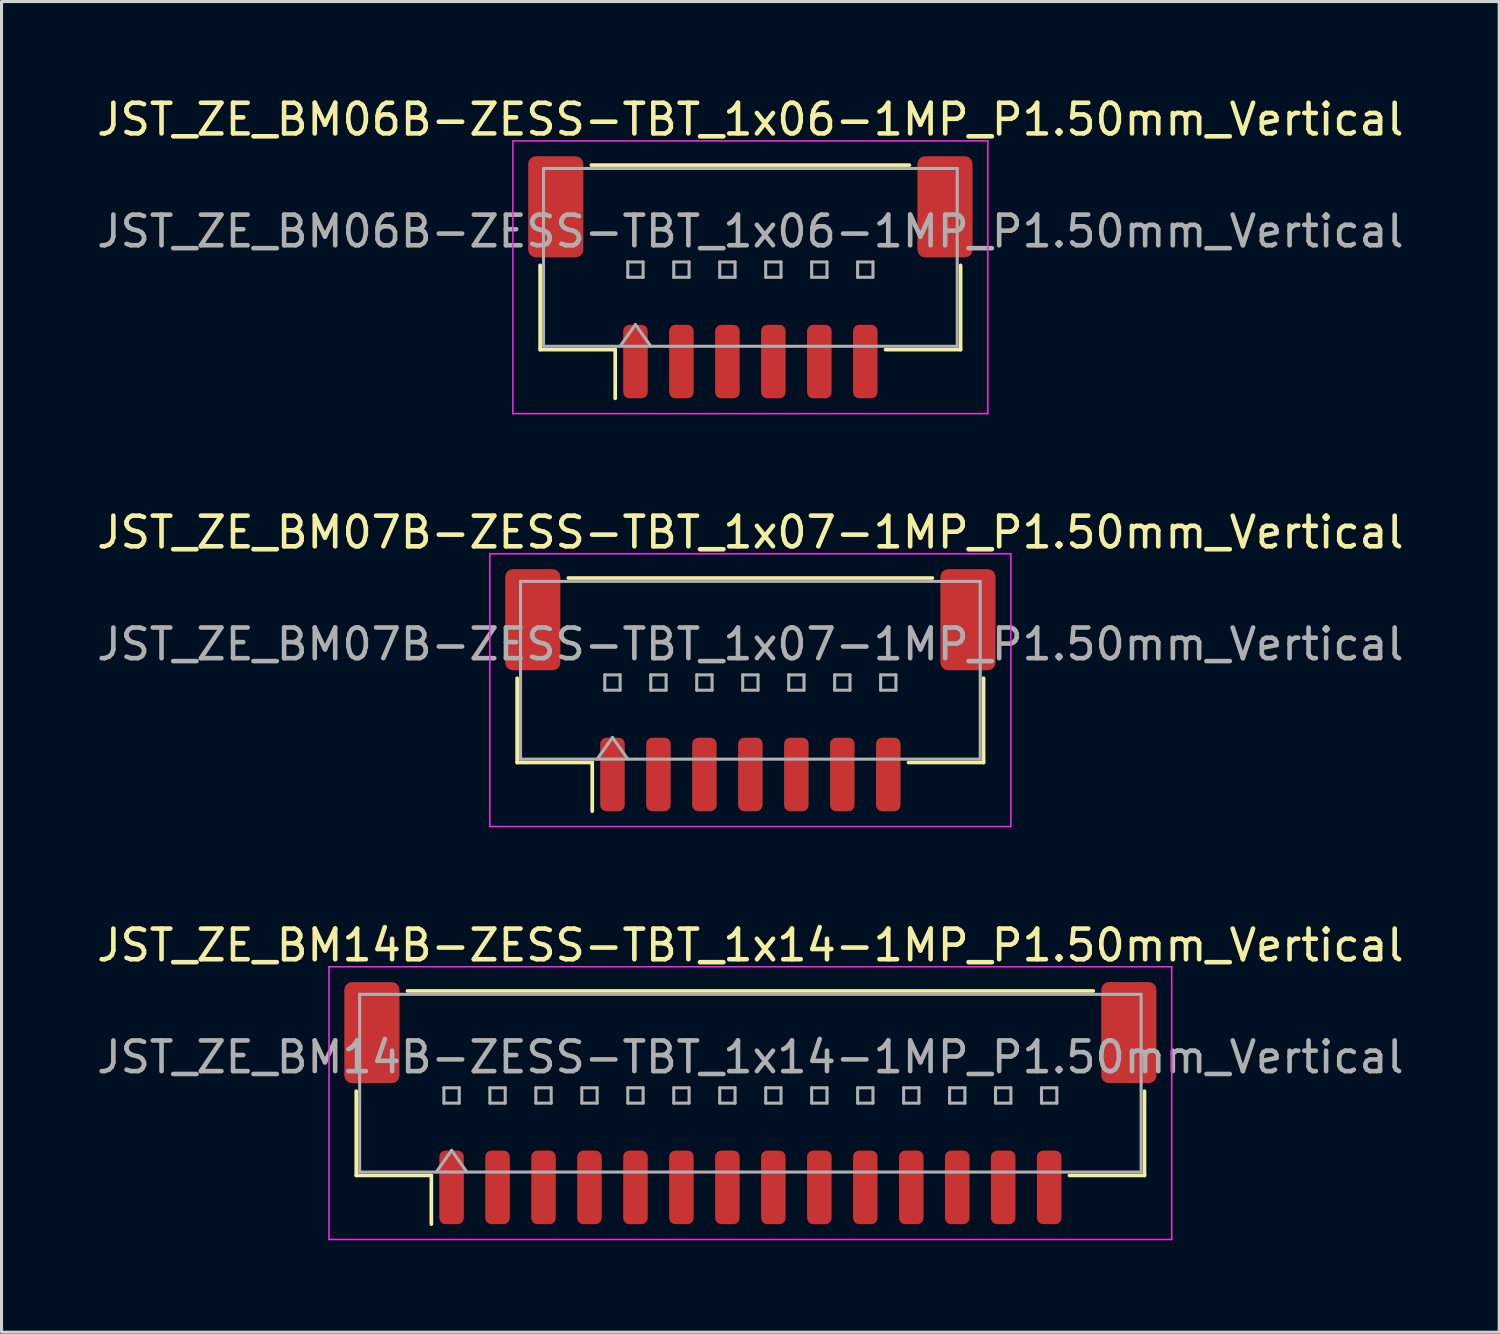
<source format=kicad_pcb>
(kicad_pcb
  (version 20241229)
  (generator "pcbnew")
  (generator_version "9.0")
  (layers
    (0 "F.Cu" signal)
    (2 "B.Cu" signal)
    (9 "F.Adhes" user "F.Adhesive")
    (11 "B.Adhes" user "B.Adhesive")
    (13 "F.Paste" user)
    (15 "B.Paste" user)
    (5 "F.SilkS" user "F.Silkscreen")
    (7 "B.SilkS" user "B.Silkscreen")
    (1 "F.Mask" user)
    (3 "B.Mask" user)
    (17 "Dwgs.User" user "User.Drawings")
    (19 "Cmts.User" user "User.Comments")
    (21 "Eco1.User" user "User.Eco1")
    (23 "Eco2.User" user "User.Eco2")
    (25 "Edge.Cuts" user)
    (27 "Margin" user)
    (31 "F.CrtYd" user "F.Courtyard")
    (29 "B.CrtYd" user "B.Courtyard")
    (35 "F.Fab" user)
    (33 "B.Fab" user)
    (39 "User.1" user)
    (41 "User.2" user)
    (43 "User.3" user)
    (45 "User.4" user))
  (footprint "JST_ZE_BM07B-ZESS-TBT_1x07-1MP_P1.50mm_Vertical"
    (layer "F.Cu")
    (at 21.435 19.471)
    (property "Reference" "JST_ZE_BM07B-ZESS-TBT_1x07-1MP_P1.50mm_Vertical" (at 0 -5.15 0) (layer "F.SilkS") (effects (font (size 1 1) (thickness 0.15))))
    (attr smd)
    (fp_line (start -7.61 -0.39) (end -7.61 2.36) (stroke (width 0.12) (type solid)) (layer "F.SilkS"))
    (fp_line (start -7.61 2.36) (end -5.16 2.36) (stroke (width 0.12) (type solid)) (layer "F.SilkS"))
    (fp_line (start -5.94 -3.66) (end 5.94 -3.66) (stroke (width 0.12) (type solid)) (layer "F.SilkS"))
    (fp_line (start -5.16 2.36) (end -5.16 3.95) (stroke (width 0.12) (type solid)) (layer "F.SilkS"))
    (fp_line (start 7.61 -0.39) (end 7.61 2.36) (stroke (width 0.12) (type solid)) (layer "F.SilkS"))
    (fp_line (start 7.61 2.36) (end 5.16 2.36) (stroke (width 0.12) (type solid)) (layer "F.SilkS"))
    (fp_line (start -8.5 -4.45) (end -8.5 4.45) (stroke (width 0.05) (type solid)) (layer "F.CrtYd"))
    (fp_line (start -8.5 4.45) (end 8.5 4.45) (stroke (width 0.05) (type solid)) (layer "F.CrtYd"))
    (fp_line (start 8.5 -4.45) (end -8.5 -4.45) (stroke (width 0.05) (type solid)) (layer "F.CrtYd"))
    (fp_line (start 8.5 4.45) (end 8.5 -4.45) (stroke (width 0.05) (type solid)) (layer "F.CrtYd"))
    (fp_line (start -7.5 -3.55) (end 7.5 -3.55) (stroke (width 0.1) (type solid)) (layer "F.Fab"))
    (fp_line (start -7.5 2.25) (end -7.5 -3.55) (stroke (width 0.1) (type solid)) (layer "F.Fab"))
    (fp_line (start -7.5 2.25) (end 7.5 2.25) (stroke (width 0.1) (type solid)) (layer "F.Fab"))
    (fp_line (start -5 2.25) (end -4.5 1.543) (stroke (width 0.1) (type solid)) (layer "F.Fab"))
    (fp_line (start -4.75 -0.5) (end -4.75 0) (stroke (width 0.1) (type solid)) (layer "F.Fab"))
    (fp_line (start -4.75 0) (end -4.25 0) (stroke (width 0.1) (type solid)) (layer "F.Fab"))
    (fp_line (start -4.5 1.543) (end -4 2.25) (stroke (width 0.1) (type solid)) (layer "F.Fab"))
    (fp_line (start -4.25 -0.5) (end -4.75 -0.5) (stroke (width 0.1) (type solid)) (layer "F.Fab"))
    (fp_line (start -4.25 0) (end -4.25 -0.5) (stroke (width 0.1) (type solid)) (layer "F.Fab"))
    (fp_line (start -3.25 -0.5) (end -3.25 0) (stroke (width 0.1) (type solid)) (layer "F.Fab"))
    (fp_line (start -3.25 0) (end -2.75 0) (stroke (width 0.1) (type solid)) (layer "F.Fab"))
    (fp_line (start -2.75 -0.5) (end -3.25 -0.5) (stroke (width 0.1) (type solid)) (layer "F.Fab"))
    (fp_line (start -2.75 0) (end -2.75 -0.5) (stroke (width 0.1) (type solid)) (layer "F.Fab"))
    (fp_line (start -1.75 -0.5) (end -1.75 0) (stroke (width 0.1) (type solid)) (layer "F.Fab"))
    (fp_line (start -1.75 0) (end -1.25 0) (stroke (width 0.1) (type solid)) (layer "F.Fab"))
    (fp_line (start -1.25 -0.5) (end -1.75 -0.5) (stroke (width 0.1) (type solid)) (layer "F.Fab"))
    (fp_line (start -1.25 0) (end -1.25 -0.5) (stroke (width 0.1) (type solid)) (layer "F.Fab"))
    (fp_line (start -0.25 -0.5) (end -0.25 0) (stroke (width 0.1) (type solid)) (layer "F.Fab"))
    (fp_line (start -0.25 0) (end 0.25 0) (stroke (width 0.1) (type solid)) (layer "F.Fab"))
    (fp_line (start 0.25 -0.5) (end -0.25 -0.5) (stroke (width 0.1) (type solid)) (layer "F.Fab"))
    (fp_line (start 0.25 0) (end 0.25 -0.5) (stroke (width 0.1) (type solid)) (layer "F.Fab"))
    (fp_line (start 1.25 -0.5) (end 1.25 0) (stroke (width 0.1) (type solid)) (layer "F.Fab"))
    (fp_line (start 1.25 0) (end 1.75 0) (stroke (width 0.1) (type solid)) (layer "F.Fab"))
    (fp_line (start 1.75 -0.5) (end 1.25 -0.5) (stroke (width 0.1) (type solid)) (layer "F.Fab"))
    (fp_line (start 1.75 0) (end 1.75 -0.5) (stroke (width 0.1) (type solid)) (layer "F.Fab"))
    (fp_line (start 2.75 -0.5) (end 2.75 0) (stroke (width 0.1) (type solid)) (layer "F.Fab"))
    (fp_line (start 2.75 0) (end 3.25 0) (stroke (width 0.1) (type solid)) (layer "F.Fab"))
    (fp_line (start 3.25 -0.5) (end 2.75 -0.5) (stroke (width 0.1) (type solid)) (layer "F.Fab"))
    (fp_line (start 3.25 0) (end 3.25 -0.5) (stroke (width 0.1) (type solid)) (layer "F.Fab"))
    (fp_line (start 4.25 -0.5) (end 4.25 0) (stroke (width 0.1) (type solid)) (layer "F.Fab"))
    (fp_line (start 4.25 0) (end 4.75 0) (stroke (width 0.1) (type solid)) (layer "F.Fab"))
    (fp_line (start 4.75 -0.5) (end 4.25 -0.5) (stroke (width 0.1) (type solid)) (layer "F.Fab"))
    (fp_line (start 4.75 0) (end 4.75 -0.5) (stroke (width 0.1) (type solid)) (layer "F.Fab"))
    (fp_line (start 7.5 2.25) (end 7.5 -3.55) (stroke (width 0.1) (type solid)) (layer "F.Fab"))
    (fp_text user "${REFERENCE}" (at 0 -1.5 0) (layer "F.Fab") (effects (font (size 1 1) (thickness 0.15))))
    (pad "1" smd roundrect (at -4.5 2.75) (size 0.8 2.4) (layers "F.Cu" "F.Mask" "F.Paste") (roundrect_rratio 0.25))
    (pad "2" smd roundrect (at -3 2.75) (size 0.8 2.4) (layers "F.Cu" "F.Mask" "F.Paste") (roundrect_rratio 0.25))
    (pad "3" smd roundrect (at -1.5 2.75) (size 0.8 2.4) (layers "F.Cu" "F.Mask" "F.Paste") (roundrect_rratio 0.25))
    (pad "4" smd roundrect (at 0 2.75) (size 0.8 2.4) (layers "F.Cu" "F.Mask" "F.Paste") (roundrect_rratio 0.25))
    (pad "5" smd roundrect (at 1.5 2.75) (size 0.8 2.4) (layers "F.Cu" "F.Mask" "F.Paste") (roundrect_rratio 0.25))
    (pad "6" smd roundrect (at 3 2.75) (size 0.8 2.4) (layers "F.Cu" "F.Mask" "F.Paste") (roundrect_rratio 0.25))
    (pad "7" smd roundrect (at 4.5 2.75) (size 0.8 2.4) (layers "F.Cu" "F.Mask" "F.Paste") (roundrect_rratio 0.25))
    (pad "MP" smd roundrect (at -7.1 -2.3) (size 1.8 3.3) (layers "F.Cu" "F.Mask" "F.Paste") (roundrect_rratio 0.139))
    (pad "MP" smd roundrect (at 7.1 -2.3) (size 1.8 3.3) (layers "F.Cu" "F.Mask" "F.Paste") (roundrect_rratio 0.139)))
  (footprint "JST_ZE_BM06B-ZESS-TBT_1x06-1MP_P1.50mm_Vertical"
    (layer "F.Cu")
    (at 21.435 5.998)
    (property "Reference" "JST_ZE_BM06B-ZESS-TBT_1x06-1MP_P1.50mm_Vertical" (at 0 -5.15 0) (layer "F.SilkS") (effects (font (size 1 1) (thickness 0.15))))
    (attr smd)
    (fp_line (start -6.86 -0.39) (end -6.86 2.36) (stroke (width 0.12) (type solid)) (layer "F.SilkS"))
    (fp_line (start -6.86 2.36) (end -4.41 2.36) (stroke (width 0.12) (type solid)) (layer "F.SilkS"))
    (fp_line (start -5.19 -3.66) (end 5.19 -3.66) (stroke (width 0.12) (type solid)) (layer "F.SilkS"))
    (fp_line (start -4.41 2.36) (end -4.41 3.95) (stroke (width 0.12) (type solid)) (layer "F.SilkS"))
    (fp_line (start 6.86 -0.39) (end 6.86 2.36) (stroke (width 0.12) (type solid)) (layer "F.SilkS"))
    (fp_line (start 6.86 2.36) (end 4.41 2.36) (stroke (width 0.12) (type solid)) (layer "F.SilkS"))
    (fp_line (start -7.75 -4.45) (end -7.75 4.45) (stroke (width 0.05) (type solid)) (layer "F.CrtYd"))
    (fp_line (start -7.75 4.45) (end 7.75 4.45) (stroke (width 0.05) (type solid)) (layer "F.CrtYd"))
    (fp_line (start 7.75 -4.45) (end -7.75 -4.45) (stroke (width 0.05) (type solid)) (layer "F.CrtYd"))
    (fp_line (start 7.75 4.45) (end 7.75 -4.45) (stroke (width 0.05) (type solid)) (layer "F.CrtYd"))
    (fp_line (start -6.75 -3.55) (end 6.75 -3.55) (stroke (width 0.1) (type solid)) (layer "F.Fab"))
    (fp_line (start -6.75 2.25) (end -6.75 -3.55) (stroke (width 0.1) (type solid)) (layer "F.Fab"))
    (fp_line (start -6.75 2.25) (end 6.75 2.25) (stroke (width 0.1) (type solid)) (layer "F.Fab"))
    (fp_line (start -4.25 2.25) (end -3.75 1.543) (stroke (width 0.1) (type solid)) (layer "F.Fab"))
    (fp_line (start -4 -0.5) (end -4 0) (stroke (width 0.1) (type solid)) (layer "F.Fab"))
    (fp_line (start -4 0) (end -3.5 0) (stroke (width 0.1) (type solid)) (layer "F.Fab"))
    (fp_line (start -3.75 1.543) (end -3.25 2.25) (stroke (width 0.1) (type solid)) (layer "F.Fab"))
    (fp_line (start -3.5 -0.5) (end -4 -0.5) (stroke (width 0.1) (type solid)) (layer "F.Fab"))
    (fp_line (start -3.5 0) (end -3.5 -0.5) (stroke (width 0.1) (type solid)) (layer "F.Fab"))
    (fp_line (start -2.5 -0.5) (end -2.5 0) (stroke (width 0.1) (type solid)) (layer "F.Fab"))
    (fp_line (start -2.5 0) (end -2 0) (stroke (width 0.1) (type solid)) (layer "F.Fab"))
    (fp_line (start -2 -0.5) (end -2.5 -0.5) (stroke (width 0.1) (type solid)) (layer "F.Fab"))
    (fp_line (start -2 0) (end -2 -0.5) (stroke (width 0.1) (type solid)) (layer "F.Fab"))
    (fp_line (start -1 -0.5) (end -1 0) (stroke (width 0.1) (type solid)) (layer "F.Fab"))
    (fp_line (start -1 0) (end -0.5 0) (stroke (width 0.1) (type solid)) (layer "F.Fab"))
    (fp_line (start -0.5 -0.5) (end -1 -0.5) (stroke (width 0.1) (type solid)) (layer "F.Fab"))
    (fp_line (start -0.5 0) (end -0.5 -0.5) (stroke (width 0.1) (type solid)) (layer "F.Fab"))
    (fp_line (start 0.5 -0.5) (end 0.5 0) (stroke (width 0.1) (type solid)) (layer "F.Fab"))
    (fp_line (start 0.5 0) (end 1 0) (stroke (width 0.1) (type solid)) (layer "F.Fab"))
    (fp_line (start 1 -0.5) (end 0.5 -0.5) (stroke (width 0.1) (type solid)) (layer "F.Fab"))
    (fp_line (start 1 0) (end 1 -0.5) (stroke (width 0.1) (type solid)) (layer "F.Fab"))
    (fp_line (start 2 -0.5) (end 2 0) (stroke (width 0.1) (type solid)) (layer "F.Fab"))
    (fp_line (start 2 0) (end 2.5 0) (stroke (width 0.1) (type solid)) (layer "F.Fab"))
    (fp_line (start 2.5 -0.5) (end 2 -0.5) (stroke (width 0.1) (type solid)) (layer "F.Fab"))
    (fp_line (start 2.5 0) (end 2.5 -0.5) (stroke (width 0.1) (type solid)) (layer "F.Fab"))
    (fp_line (start 3.5 -0.5) (end 3.5 0) (stroke (width 0.1) (type solid)) (layer "F.Fab"))
    (fp_line (start 3.5 0) (end 4 0) (stroke (width 0.1) (type solid)) (layer "F.Fab"))
    (fp_line (start 4 -0.5) (end 3.5 -0.5) (stroke (width 0.1) (type solid)) (layer "F.Fab"))
    (fp_line (start 4 0) (end 4 -0.5) (stroke (width 0.1) (type solid)) (layer "F.Fab"))
    (fp_line (start 6.75 2.25) (end 6.75 -3.55) (stroke (width 0.1) (type solid)) (layer "F.Fab"))
    (fp_text user "${REFERENCE}" (at 0 -1.5 0) (layer "F.Fab") (effects (font (size 1 1) (thickness 0.15))))
    (pad "1" smd roundrect (at -3.75 2.75) (size 0.8 2.4) (layers "F.Cu" "F.Mask" "F.Paste") (roundrect_rratio 0.25))
    (pad "2" smd roundrect (at -2.25 2.75) (size 0.8 2.4) (layers "F.Cu" "F.Mask" "F.Paste") (roundrect_rratio 0.25))
    (pad "3" smd roundrect (at -0.75 2.75) (size 0.8 2.4) (layers "F.Cu" "F.Mask" "F.Paste") (roundrect_rratio 0.25))
    (pad "4" smd roundrect (at 0.75 2.75) (size 0.8 2.4) (layers "F.Cu" "F.Mask" "F.Paste") (roundrect_rratio 0.25))
    (pad "5" smd roundrect (at 2.25 2.75) (size 0.8 2.4) (layers "F.Cu" "F.Mask" "F.Paste") (roundrect_rratio 0.25))
    (pad "6" smd roundrect (at 3.75 2.75) (size 0.8 2.4) (layers "F.Cu" "F.Mask" "F.Paste") (roundrect_rratio 0.25))
    (pad "MP" smd roundrect (at -6.35 -2.3) (size 1.8 3.3) (layers "F.Cu" "F.Mask" "F.Paste") (roundrect_rratio 0.139))
    (pad "MP" smd roundrect (at 6.35 -2.3) (size 1.8 3.3) (layers "F.Cu" "F.Mask" "F.Paste") (roundrect_rratio 0.139)))
  (footprint "JST_ZE_BM14B-ZESS-TBT_1x14-1MP_P1.50mm_Vertical"
    (layer "F.Cu")
    (at 21.435 32.945)
    (property "Reference" "JST_ZE_BM14B-ZESS-TBT_1x14-1MP_P1.50mm_Vertical" (at 0 -5.15 0) (layer "F.SilkS") (effects (font (size 1 1) (thickness 0.15))))
    (attr smd)
    (fp_line (start -12.86 -0.39) (end -12.86 2.36) (stroke (width 0.12) (type solid)) (layer "F.SilkS"))
    (fp_line (start -12.86 2.36) (end -10.41 2.36) (stroke (width 0.12) (type solid)) (layer "F.SilkS"))
    (fp_line (start -11.19 -3.66) (end 11.19 -3.66) (stroke (width 0.12) (type solid)) (layer "F.SilkS"))
    (fp_line (start -10.41 2.36) (end -10.41 3.95) (stroke (width 0.12) (type solid)) (layer "F.SilkS"))
    (fp_line (start 12.86 -0.39) (end 12.86 2.36) (stroke (width 0.12) (type solid)) (layer "F.SilkS"))
    (fp_line (start 12.86 2.36) (end 10.41 2.36) (stroke (width 0.12) (type solid)) (layer "F.SilkS"))
    (fp_line (start -13.75 -4.45) (end -13.75 4.45) (stroke (width 0.05) (type solid)) (layer "F.CrtYd"))
    (fp_line (start -13.75 4.45) (end 13.75 4.45) (stroke (width 0.05) (type solid)) (layer "F.CrtYd"))
    (fp_line (start 13.75 -4.45) (end -13.75 -4.45) (stroke (width 0.05) (type solid)) (layer "F.CrtYd"))
    (fp_line (start 13.75 4.45) (end 13.75 -4.45) (stroke (width 0.05) (type solid)) (layer "F.CrtYd"))
    (fp_line (start -12.75 -3.55) (end 12.75 -3.55) (stroke (width 0.1) (type solid)) (layer "F.Fab"))
    (fp_line (start -12.75 2.25) (end -12.75 -3.55) (stroke (width 0.1) (type solid)) (layer "F.Fab"))
    (fp_line (start -12.75 2.25) (end 12.75 2.25) (stroke (width 0.1) (type solid)) (layer "F.Fab"))
    (fp_line (start -10.25 2.25) (end -9.75 1.543) (stroke (width 0.1) (type solid)) (layer "F.Fab"))
    (fp_line (start -10 -0.5) (end -10 0) (stroke (width 0.1) (type solid)) (layer "F.Fab"))
    (fp_line (start -10 0) (end -9.5 0) (stroke (width 0.1) (type solid)) (layer "F.Fab"))
    (fp_line (start -9.75 1.543) (end -9.25 2.25) (stroke (width 0.1) (type solid)) (layer "F.Fab"))
    (fp_line (start -9.5 -0.5) (end -10 -0.5) (stroke (width 0.1) (type solid)) (layer "F.Fab"))
    (fp_line (start -9.5 0) (end -9.5 -0.5) (stroke (width 0.1) (type solid)) (layer "F.Fab"))
    (fp_line (start -8.5 -0.5) (end -8.5 0) (stroke (width 0.1) (type solid)) (layer "F.Fab"))
    (fp_line (start -8.5 0) (end -8 0) (stroke (width 0.1) (type solid)) (layer "F.Fab"))
    (fp_line (start -8 -0.5) (end -8.5 -0.5) (stroke (width 0.1) (type solid)) (layer "F.Fab"))
    (fp_line (start -8 0) (end -8 -0.5) (stroke (width 0.1) (type solid)) (layer "F.Fab"))
    (fp_line (start -7 -0.5) (end -7 0) (stroke (width 0.1) (type solid)) (layer "F.Fab"))
    (fp_line (start -7 0) (end -6.5 0) (stroke (width 0.1) (type solid)) (layer "F.Fab"))
    (fp_line (start -6.5 -0.5) (end -7 -0.5) (stroke (width 0.1) (type solid)) (layer "F.Fab"))
    (fp_line (start -6.5 0) (end -6.5 -0.5) (stroke (width 0.1) (type solid)) (layer "F.Fab"))
    (fp_line (start -5.5 -0.5) (end -5.5 0) (stroke (width 0.1) (type solid)) (layer "F.Fab"))
    (fp_line (start -5.5 0) (end -5 0) (stroke (width 0.1) (type solid)) (layer "F.Fab"))
    (fp_line (start -5 -0.5) (end -5.5 -0.5) (stroke (width 0.1) (type solid)) (layer "F.Fab"))
    (fp_line (start -5 0) (end -5 -0.5) (stroke (width 0.1) (type solid)) (layer "F.Fab"))
    (fp_line (start -4 -0.5) (end -4 0) (stroke (width 0.1) (type solid)) (layer "F.Fab"))
    (fp_line (start -4 0) (end -3.5 0) (stroke (width 0.1) (type solid)) (layer "F.Fab"))
    (fp_line (start -3.5 -0.5) (end -4 -0.5) (stroke (width 0.1) (type solid)) (layer "F.Fab"))
    (fp_line (start -3.5 0) (end -3.5 -0.5) (stroke (width 0.1) (type solid)) (layer "F.Fab"))
    (fp_line (start -2.5 -0.5) (end -2.5 0) (stroke (width 0.1) (type solid)) (layer "F.Fab"))
    (fp_line (start -2.5 0) (end -2 0) (stroke (width 0.1) (type solid)) (layer "F.Fab"))
    (fp_line (start -2 -0.5) (end -2.5 -0.5) (stroke (width 0.1) (type solid)) (layer "F.Fab"))
    (fp_line (start -2 0) (end -2 -0.5) (stroke (width 0.1) (type solid)) (layer "F.Fab"))
    (fp_line (start -1 -0.5) (end -1 0) (stroke (width 0.1) (type solid)) (layer "F.Fab"))
    (fp_line (start -1 0) (end -0.5 0) (stroke (width 0.1) (type solid)) (layer "F.Fab"))
    (fp_line (start -0.5 -0.5) (end -1 -0.5) (stroke (width 0.1) (type solid)) (layer "F.Fab"))
    (fp_line (start -0.5 0) (end -0.5 -0.5) (stroke (width 0.1) (type solid)) (layer "F.Fab"))
    (fp_line (start 0.5 -0.5) (end 0.5 0) (stroke (width 0.1) (type solid)) (layer "F.Fab"))
    (fp_line (start 0.5 0) (end 1 0) (stroke (width 0.1) (type solid)) (layer "F.Fab"))
    (fp_line (start 1 -0.5) (end 0.5 -0.5) (stroke (width 0.1) (type solid)) (layer "F.Fab"))
    (fp_line (start 1 0) (end 1 -0.5) (stroke (width 0.1) (type solid)) (layer "F.Fab"))
    (fp_line (start 2 -0.5) (end 2 0) (stroke (width 0.1) (type solid)) (layer "F.Fab"))
    (fp_line (start 2 0) (end 2.5 0) (stroke (width 0.1) (type solid)) (layer "F.Fab"))
    (fp_line (start 2.5 -0.5) (end 2 -0.5) (stroke (width 0.1) (type solid)) (layer "F.Fab"))
    (fp_line (start 2.5 0) (end 2.5 -0.5) (stroke (width 0.1) (type solid)) (layer "F.Fab"))
    (fp_line (start 3.5 -0.5) (end 3.5 0) (stroke (width 0.1) (type solid)) (layer "F.Fab"))
    (fp_line (start 3.5 0) (end 4 0) (stroke (width 0.1) (type solid)) (layer "F.Fab"))
    (fp_line (start 4 -0.5) (end 3.5 -0.5) (stroke (width 0.1) (type solid)) (layer "F.Fab"))
    (fp_line (start 4 0) (end 4 -0.5) (stroke (width 0.1) (type solid)) (layer "F.Fab"))
    (fp_line (start 5 -0.5) (end 5 0) (stroke (width 0.1) (type solid)) (layer "F.Fab"))
    (fp_line (start 5 0) (end 5.5 0) (stroke (width 0.1) (type solid)) (layer "F.Fab"))
    (fp_line (start 5.5 -0.5) (end 5 -0.5) (stroke (width 0.1) (type solid)) (layer "F.Fab"))
    (fp_line (start 5.5 0) (end 5.5 -0.5) (stroke (width 0.1) (type solid)) (layer "F.Fab"))
    (fp_line (start 6.5 -0.5) (end 6.5 0) (stroke (width 0.1) (type solid)) (layer "F.Fab"))
    (fp_line (start 6.5 0) (end 7 0) (stroke (width 0.1) (type solid)) (layer "F.Fab"))
    (fp_line (start 7 -0.5) (end 6.5 -0.5) (stroke (width 0.1) (type solid)) (layer "F.Fab"))
    (fp_line (start 7 0) (end 7 -0.5) (stroke (width 0.1) (type solid)) (layer "F.Fab"))
    (fp_line (start 8 -0.5) (end 8 0) (stroke (width 0.1) (type solid)) (layer "F.Fab"))
    (fp_line (start 8 0) (end 8.5 0) (stroke (width 0.1) (type solid)) (layer "F.Fab"))
    (fp_line (start 8.5 -0.5) (end 8 -0.5) (stroke (width 0.1) (type solid)) (layer "F.Fab"))
    (fp_line (start 8.5 0) (end 8.5 -0.5) (stroke (width 0.1) (type solid)) (layer "F.Fab"))
    (fp_line (start 9.5 -0.5) (end 9.5 0) (stroke (width 0.1) (type solid)) (layer "F.Fab"))
    (fp_line (start 9.5 0) (end 10 0) (stroke (width 0.1) (type solid)) (layer "F.Fab"))
    (fp_line (start 10 -0.5) (end 9.5 -0.5) (stroke (width 0.1) (type solid)) (layer "F.Fab"))
    (fp_line (start 10 0) (end 10 -0.5) (stroke (width 0.1) (type solid)) (layer "F.Fab"))
    (fp_line (start 12.75 2.25) (end 12.75 -3.55) (stroke (width 0.1) (type solid)) (layer "F.Fab"))
    (fp_text user "${REFERENCE}" (at 0 -1.5 0) (layer "F.Fab") (effects (font (size 1 1) (thickness 0.15))))
    (pad "1" smd roundrect (at -9.75 2.75) (size 0.8 2.4) (layers "F.Cu" "F.Mask" "F.Paste") (roundrect_rratio 0.25))
    (pad "2" smd roundrect (at -8.25 2.75) (size 0.8 2.4) (layers "F.Cu" "F.Mask" "F.Paste") (roundrect_rratio 0.25))
    (pad "3" smd roundrect (at -6.75 2.75) (size 0.8 2.4) (layers "F.Cu" "F.Mask" "F.Paste") (roundrect_rratio 0.25))
    (pad "4" smd roundrect (at -5.25 2.75) (size 0.8 2.4) (layers "F.Cu" "F.Mask" "F.Paste") (roundrect_rratio 0.25))
    (pad "5" smd roundrect (at -3.75 2.75) (size 0.8 2.4) (layers "F.Cu" "F.Mask" "F.Paste") (roundrect_rratio 0.25))
    (pad "6" smd roundrect (at -2.25 2.75) (size 0.8 2.4) (layers "F.Cu" "F.Mask" "F.Paste") (roundrect_rratio 0.25))
    (pad "7" smd roundrect (at -0.75 2.75) (size 0.8 2.4) (layers "F.Cu" "F.Mask" "F.Paste") (roundrect_rratio 0.25))
    (pad "8" smd roundrect (at 0.75 2.75) (size 0.8 2.4) (layers "F.Cu" "F.Mask" "F.Paste") (roundrect_rratio 0.25))
    (pad "9" smd roundrect (at 2.25 2.75) (size 0.8 2.4) (layers "F.Cu" "F.Mask" "F.Paste") (roundrect_rratio 0.25))
    (pad "10" smd roundrect (at 3.75 2.75) (size 0.8 2.4) (layers "F.Cu" "F.Mask" "F.Paste") (roundrect_rratio 0.25))
    (pad "11" smd roundrect (at 5.25 2.75) (size 0.8 2.4) (layers "F.Cu" "F.Mask" "F.Paste") (roundrect_rratio 0.25))
    (pad "12" smd roundrect (at 6.75 2.75) (size 0.8 2.4) (layers "F.Cu" "F.Mask" "F.Paste") (roundrect_rratio 0.25))
    (pad "13" smd roundrect (at 8.25 2.75) (size 0.8 2.4) (layers "F.Cu" "F.Mask" "F.Paste") (roundrect_rratio 0.25))
    (pad "14" smd roundrect (at 9.75 2.75) (size 0.8 2.4) (layers "F.Cu" "F.Mask" "F.Paste") (roundrect_rratio 0.25))
    (pad "MP" smd roundrect (at -12.35 -2.3) (size 1.8 3.3) (layers "F.Cu" "F.Mask" "F.Paste") (roundrect_rratio 0.139))
    (pad "MP" smd roundrect (at 12.35 -2.3) (size 1.8 3.3) (layers "F.Cu" "F.Mask" "F.Paste") (roundrect_rratio 0.139)))
  (gr_rect
    (start -3 -3)
    (end 45.869 40.42)
    (stroke (width 0.1) (type default))
    (fill no)
    (layer "Edge.Cuts")))
</source>
